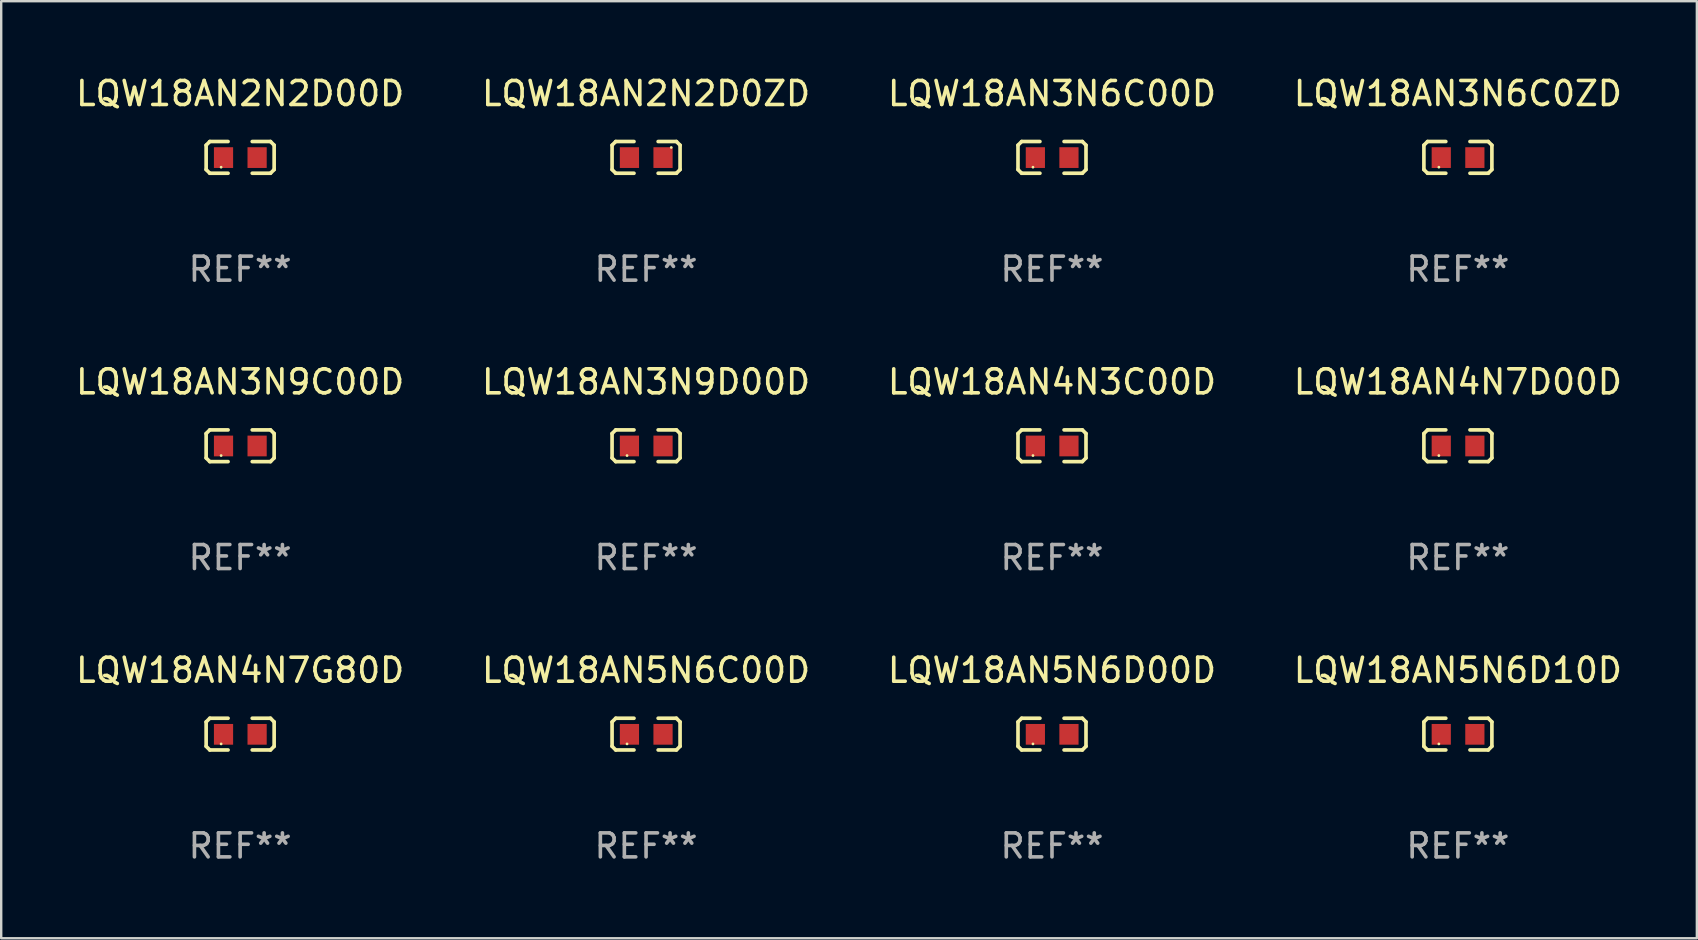
<source format=kicad_pcb>
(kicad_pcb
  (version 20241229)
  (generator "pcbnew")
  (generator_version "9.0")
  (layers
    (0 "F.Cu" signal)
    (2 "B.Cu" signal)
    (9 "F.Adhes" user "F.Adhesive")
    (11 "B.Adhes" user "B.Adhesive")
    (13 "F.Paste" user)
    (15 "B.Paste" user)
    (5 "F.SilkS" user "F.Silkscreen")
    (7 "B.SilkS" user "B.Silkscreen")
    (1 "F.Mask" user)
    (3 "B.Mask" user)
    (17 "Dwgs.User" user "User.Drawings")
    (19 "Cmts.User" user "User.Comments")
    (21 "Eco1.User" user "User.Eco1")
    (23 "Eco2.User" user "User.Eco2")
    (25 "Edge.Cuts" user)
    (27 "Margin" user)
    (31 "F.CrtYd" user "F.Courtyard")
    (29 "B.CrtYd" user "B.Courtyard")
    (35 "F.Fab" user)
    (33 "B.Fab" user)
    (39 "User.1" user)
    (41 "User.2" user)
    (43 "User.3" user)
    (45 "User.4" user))
  (footprint "LQW18AN2N2D0ZD"
    (layer "F.Cu")
    (at 23.875 3.509)
    (property "Reference" "LQW18AN2N2D0ZD" (at 0 -2.661 0) (layer "F.SilkS") (effects (font (size 1 1) (thickness 0.15))))
    (attr through_hole)
    (fp_line (start -1.417 -0.508) (end -1.265 -0.661) (stroke (width 0.152) (type solid)) (layer "F.SilkS"))
    (fp_line (start -1.417 0.508) (end -1.417 -0.508) (stroke (width 0.152) (type solid)) (layer "F.SilkS"))
    (fp_line (start -1.265 -0.661) (end -0.503 -0.661) (stroke (width 0.152) (type solid)) (layer "F.SilkS"))
    (fp_line (start -1.265 0.661) (end -1.417 0.508) (stroke (width 0.152) (type solid)) (layer "F.SilkS"))
    (fp_line (start -1.265 0.661) (end -0.503 0.661) (stroke (width 0.152) (type solid)) (layer "F.SilkS"))
    (fp_line (start 1.265 -0.661) (end 0.503 -0.661) (stroke (width 0.152) (type solid)) (layer "F.SilkS"))
    (fp_line (start 1.265 -0.661) (end 1.417 -0.508) (stroke (width 0.152) (type solid)) (layer "F.SilkS"))
    (fp_line (start 1.265 0.661) (end 0.503 0.661) (stroke (width 0.152) (type solid)) (layer "F.SilkS"))
    (fp_line (start 1.417 -0.508) (end 1.417 0.508) (stroke (width 0.152) (type solid)) (layer "F.SilkS"))
    (fp_line (start 1.417 0.508) (end 1.265 0.661) (stroke (width 0.152) (type solid)) (layer "F.SilkS"))
    (fp_circle (center 1.05 -0.413) (end 1.08 -0.413) (stroke (width 0.06) (type solid)) (fill no) (layer "F.SilkS"))
    (fp_text user "REF**" (at 0 4.661 0) (layer "F.Fab") (effects (font (size 1 1) (thickness 0.15))))
    (pad "1" smd rect (at 0.707 0.009 180) (size 0.8 0.864) (layers "F.Cu" "F.Mask" "F.Paste"))
    (pad "2" smd rect (at -0.693 0.009 180) (size 0.8 0.864) (layers "F.Cu" "F.Mask" "F.Paste")))
  (footprint "LQW18AN2N2D00D"
    (layer "F.Cu")
    (at 6.958 3.509)
    (property "Reference" "LQW18AN2N2D00D" (at 0 -2.661 0) (layer "F.SilkS") (effects (font (size 1 1) (thickness 0.15))))
    (attr through_hole)
    (fp_line (start -1.417 -0.508) (end -1.265 -0.661) (stroke (width 0.152) (type solid)) (layer "F.SilkS"))
    (fp_line (start -1.417 0.508) (end -1.417 -0.508) (stroke (width 0.152) (type solid)) (layer "F.SilkS"))
    (fp_line (start -1.265 -0.661) (end -0.503 -0.661) (stroke (width 0.152) (type solid)) (layer "F.SilkS"))
    (fp_line (start -1.265 0.661) (end -1.417 0.508) (stroke (width 0.152) (type solid)) (layer "F.SilkS"))
    (fp_line (start -1.265 0.661) (end -0.503 0.661) (stroke (width 0.152) (type solid)) (layer "F.SilkS"))
    (fp_line (start 1.265 -0.661) (end 0.503 -0.661) (stroke (width 0.152) (type solid)) (layer "F.SilkS"))
    (fp_line (start 1.265 -0.661) (end 1.417 -0.508) (stroke (width 0.152) (type solid)) (layer "F.SilkS"))
    (fp_line (start 1.265 0.661) (end 0.503 0.661) (stroke (width 0.152) (type solid)) (layer "F.SilkS"))
    (fp_line (start 1.417 -0.508) (end 1.417 0.508) (stroke (width 0.152) (type solid)) (layer "F.SilkS"))
    (fp_line (start 1.417 0.508) (end 1.265 0.661) (stroke (width 0.152) (type solid)) (layer "F.SilkS"))
    (fp_circle (center -0.793 0.409) (end -0.763 0.409) (stroke (width 0.06) (type solid)) (fill no) (layer "F.SilkS"))
    (fp_text user "REF**" (at 0 4.661 0) (layer "F.Fab") (effects (font (size 1 1) (thickness 0.15))))
    (pad "1" smd rect (at -0.693 0.009 180) (size 0.8 0.864) (layers "F.Cu" "F.Mask" "F.Paste"))
    (pad "2" smd rect (at 0.707 0.009 180) (size 0.8 0.864) (layers "F.Cu" "F.Mask" "F.Paste")))
  (footprint "LQW18AN3N6C0ZD"
    (layer "F.Cu")
    (at 57.708 3.509)
    (property "Reference" "LQW18AN3N6C0ZD" (at 0 -2.661 0) (layer "F.SilkS") (effects (font (size 1 1) (thickness 0.15))))
    (attr through_hole)
    (fp_line (start -1.417 -0.508) (end -1.265 -0.661) (stroke (width 0.152) (type solid)) (layer "F.SilkS"))
    (fp_line (start -1.417 0.508) (end -1.417 -0.508) (stroke (width 0.152) (type solid)) (layer "F.SilkS"))
    (fp_line (start -1.265 -0.661) (end -0.503 -0.661) (stroke (width 0.152) (type solid)) (layer "F.SilkS"))
    (fp_line (start -1.265 0.661) (end -1.417 0.508) (stroke (width 0.152) (type solid)) (layer "F.SilkS"))
    (fp_line (start -1.265 0.661) (end -0.503 0.661) (stroke (width 0.152) (type solid)) (layer "F.SilkS"))
    (fp_line (start 1.265 -0.661) (end 0.503 -0.661) (stroke (width 0.152) (type solid)) (layer "F.SilkS"))
    (fp_line (start 1.265 -0.661) (end 1.417 -0.508) (stroke (width 0.152) (type solid)) (layer "F.SilkS"))
    (fp_line (start 1.265 0.661) (end 0.503 0.661) (stroke (width 0.152) (type solid)) (layer "F.SilkS"))
    (fp_line (start 1.417 -0.508) (end 1.417 0.508) (stroke (width 0.152) (type solid)) (layer "F.SilkS"))
    (fp_line (start 1.417 0.508) (end 1.265 0.661) (stroke (width 0.152) (type solid)) (layer "F.SilkS"))
    (fp_circle (center -0.793 0.409) (end -0.763 0.409) (stroke (width 0.06) (type solid)) (fill no) (layer "F.SilkS"))
    (fp_text user "REF**" (at 0 4.661 0) (layer "F.Fab") (effects (font (size 1 1) (thickness 0.15))))
    (pad "1" smd rect (at -0.693 0.009 180) (size 0.8 0.864) (layers "F.Cu" "F.Mask" "F.Paste"))
    (pad "2" smd rect (at 0.707 0.009 180) (size 0.8 0.864) (layers "F.Cu" "F.Mask" "F.Paste")))
  (footprint "LQW18AN3N9C00D"
    (layer "F.Cu")
    (at 6.958 15.527)
    (property "Reference" "LQW18AN3N9C00D" (at 0 -2.661 0) (layer "F.SilkS") (effects (font (size 1 1) (thickness 0.15))))
    (attr through_hole)
    (fp_line (start -1.417 -0.508) (end -1.265 -0.661) (stroke (width 0.152) (type solid)) (layer "F.SilkS"))
    (fp_line (start -1.417 0.508) (end -1.417 -0.508) (stroke (width 0.152) (type solid)) (layer "F.SilkS"))
    (fp_line (start -1.265 -0.661) (end -0.503 -0.661) (stroke (width 0.152) (type solid)) (layer "F.SilkS"))
    (fp_line (start -1.265 0.661) (end -1.417 0.508) (stroke (width 0.152) (type solid)) (layer "F.SilkS"))
    (fp_line (start -1.265 0.661) (end -0.503 0.661) (stroke (width 0.152) (type solid)) (layer "F.SilkS"))
    (fp_line (start 1.265 -0.661) (end 0.503 -0.661) (stroke (width 0.152) (type solid)) (layer "F.SilkS"))
    (fp_line (start 1.265 -0.661) (end 1.417 -0.508) (stroke (width 0.152) (type solid)) (layer "F.SilkS"))
    (fp_line (start 1.265 0.661) (end 0.503 0.661) (stroke (width 0.152) (type solid)) (layer "F.SilkS"))
    (fp_line (start 1.417 -0.508) (end 1.417 0.508) (stroke (width 0.152) (type solid)) (layer "F.SilkS"))
    (fp_line (start 1.417 0.508) (end 1.265 0.661) (stroke (width 0.152) (type solid)) (layer "F.SilkS"))
    (fp_circle (center -0.793 0.409) (end -0.763 0.409) (stroke (width 0.06) (type solid)) (fill no) (layer "F.SilkS"))
    (fp_text user "REF**" (at 0 4.661 0) (layer "F.Fab") (effects (font (size 1 1) (thickness 0.15))))
    (pad "1" smd rect (at -0.693 0.009 180) (size 0.8 0.864) (layers "F.Cu" "F.Mask" "F.Paste"))
    (pad "2" smd rect (at 0.707 0.009 180) (size 0.8 0.864) (layers "F.Cu" "F.Mask" "F.Paste")))
  (footprint "LQW18AN4N3C00D"
    (layer "F.Cu")
    (at 40.792 15.527)
    (property "Reference" "LQW18AN4N3C00D" (at 0 -2.661 0) (layer "F.SilkS") (effects (font (size 1 1) (thickness 0.15))))
    (attr through_hole)
    (fp_line (start -1.417 -0.508) (end -1.265 -0.661) (stroke (width 0.152) (type solid)) (layer "F.SilkS"))
    (fp_line (start -1.417 0.508) (end -1.417 -0.508) (stroke (width 0.152) (type solid)) (layer "F.SilkS"))
    (fp_line (start -1.265 -0.661) (end -0.503 -0.661) (stroke (width 0.152) (type solid)) (layer "F.SilkS"))
    (fp_line (start -1.265 0.661) (end -1.417 0.508) (stroke (width 0.152) (type solid)) (layer "F.SilkS"))
    (fp_line (start -1.265 0.661) (end -0.503 0.661) (stroke (width 0.152) (type solid)) (layer "F.SilkS"))
    (fp_line (start 1.265 -0.661) (end 0.503 -0.661) (stroke (width 0.152) (type solid)) (layer "F.SilkS"))
    (fp_line (start 1.265 -0.661) (end 1.417 -0.508) (stroke (width 0.152) (type solid)) (layer "F.SilkS"))
    (fp_line (start 1.265 0.661) (end 0.503 0.661) (stroke (width 0.152) (type solid)) (layer "F.SilkS"))
    (fp_line (start 1.417 -0.508) (end 1.417 0.508) (stroke (width 0.152) (type solid)) (layer "F.SilkS"))
    (fp_line (start 1.417 0.508) (end 1.265 0.661) (stroke (width 0.152) (type solid)) (layer "F.SilkS"))
    (fp_circle (center -0.793 0.409) (end -0.763 0.409) (stroke (width 0.06) (type solid)) (fill no) (layer "F.SilkS"))
    (fp_text user "REF**" (at 0 4.661 0) (layer "F.Fab") (effects (font (size 1 1) (thickness 0.15))))
    (pad "1" smd rect (at -0.693 0.009 180) (size 0.8 0.864) (layers "F.Cu" "F.Mask" "F.Paste"))
    (pad "2" smd rect (at 0.707 0.009 180) (size 0.8 0.864) (layers "F.Cu" "F.Mask" "F.Paste")))
  (footprint "LQW18AN3N6C00D"
    (layer "F.Cu")
    (at 40.792 3.509)
    (property "Reference" "LQW18AN3N6C00D" (at 0 -2.661 0) (layer "F.SilkS") (effects (font (size 1 1) (thickness 0.15))))
    (attr through_hole)
    (fp_line (start -1.417 -0.508) (end -1.265 -0.661) (stroke (width 0.152) (type solid)) (layer "F.SilkS"))
    (fp_line (start -1.417 0.508) (end -1.417 -0.508) (stroke (width 0.152) (type solid)) (layer "F.SilkS"))
    (fp_line (start -1.265 -0.661) (end -0.503 -0.661) (stroke (width 0.152) (type solid)) (layer "F.SilkS"))
    (fp_line (start -1.265 0.661) (end -1.417 0.508) (stroke (width 0.152) (type solid)) (layer "F.SilkS"))
    (fp_line (start -1.265 0.661) (end -0.503 0.661) (stroke (width 0.152) (type solid)) (layer "F.SilkS"))
    (fp_line (start 1.265 -0.661) (end 0.503 -0.661) (stroke (width 0.152) (type solid)) (layer "F.SilkS"))
    (fp_line (start 1.265 -0.661) (end 1.417 -0.508) (stroke (width 0.152) (type solid)) (layer "F.SilkS"))
    (fp_line (start 1.265 0.661) (end 0.503 0.661) (stroke (width 0.152) (type solid)) (layer "F.SilkS"))
    (fp_line (start 1.417 -0.508) (end 1.417 0.508) (stroke (width 0.152) (type solid)) (layer "F.SilkS"))
    (fp_line (start 1.417 0.508) (end 1.265 0.661) (stroke (width 0.152) (type solid)) (layer "F.SilkS"))
    (fp_circle (center -0.793 0.409) (end -0.763 0.409) (stroke (width 0.06) (type solid)) (fill no) (layer "F.SilkS"))
    (fp_text user "REF**" (at 0 4.661 0) (layer "F.Fab") (effects (font (size 1 1) (thickness 0.15))))
    (pad "1" smd rect (at -0.693 0.009 180) (size 0.8 0.864) (layers "F.Cu" "F.Mask" "F.Paste"))
    (pad "2" smd rect (at 0.707 0.009 180) (size 0.8 0.864) (layers "F.Cu" "F.Mask" "F.Paste")))
  (footprint "LQW18AN5N6D10D"
    (layer "F.Cu")
    (at 57.708 27.544)
    (property "Reference" "LQW18AN5N6D10D" (at 0 -2.661 0) (layer "F.SilkS") (effects (font (size 1 1) (thickness 0.15))))
    (attr through_hole)
    (fp_line (start -1.417 -0.508) (end -1.265 -0.661) (stroke (width 0.152) (type solid)) (layer "F.SilkS"))
    (fp_line (start -1.417 0.508) (end -1.417 -0.508) (stroke (width 0.152) (type solid)) (layer "F.SilkS"))
    (fp_line (start -1.265 -0.661) (end -0.503 -0.661) (stroke (width 0.152) (type solid)) (layer "F.SilkS"))
    (fp_line (start -1.265 0.661) (end -1.417 0.508) (stroke (width 0.152) (type solid)) (layer "F.SilkS"))
    (fp_line (start -1.265 0.661) (end -0.503 0.661) (stroke (width 0.152) (type solid)) (layer "F.SilkS"))
    (fp_line (start 1.265 -0.661) (end 0.503 -0.661) (stroke (width 0.152) (type solid)) (layer "F.SilkS"))
    (fp_line (start 1.265 -0.661) (end 1.417 -0.508) (stroke (width 0.152) (type solid)) (layer "F.SilkS"))
    (fp_line (start 1.265 0.661) (end 0.503 0.661) (stroke (width 0.152) (type solid)) (layer "F.SilkS"))
    (fp_line (start 1.417 -0.508) (end 1.417 0.508) (stroke (width 0.152) (type solid)) (layer "F.SilkS"))
    (fp_line (start 1.417 0.508) (end 1.265 0.661) (stroke (width 0.152) (type solid)) (layer "F.SilkS"))
    (fp_circle (center -0.793 0.409) (end -0.763 0.409) (stroke (width 0.06) (type solid)) (fill no) (layer "F.SilkS"))
    (fp_text user "REF**" (at 0 4.661 0) (layer "F.Fab") (effects (font (size 1 1) (thickness 0.15))))
    (pad "1" smd rect (at -0.693 0.009 180) (size 0.8 0.864) (layers "F.Cu" "F.Mask" "F.Paste"))
    (pad "2" smd rect (at 0.707 0.009 180) (size 0.8 0.864) (layers "F.Cu" "F.Mask" "F.Paste")))
  (footprint "LQW18AN3N9D00D"
    (layer "F.Cu")
    (at 23.875 15.527)
    (property "Reference" "LQW18AN3N9D00D" (at 0 -2.661 0) (layer "F.SilkS") (effects (font (size 1 1) (thickness 0.15))))
    (attr through_hole)
    (fp_line (start -1.417 -0.508) (end -1.265 -0.661) (stroke (width 0.152) (type solid)) (layer "F.SilkS"))
    (fp_line (start -1.417 0.508) (end -1.417 -0.508) (stroke (width 0.152) (type solid)) (layer "F.SilkS"))
    (fp_line (start -1.265 -0.661) (end -0.503 -0.661) (stroke (width 0.152) (type solid)) (layer "F.SilkS"))
    (fp_line (start -1.265 0.661) (end -1.417 0.508) (stroke (width 0.152) (type solid)) (layer "F.SilkS"))
    (fp_line (start -1.265 0.661) (end -0.503 0.661) (stroke (width 0.152) (type solid)) (layer "F.SilkS"))
    (fp_line (start 1.265 -0.661) (end 0.503 -0.661) (stroke (width 0.152) (type solid)) (layer "F.SilkS"))
    (fp_line (start 1.265 -0.661) (end 1.417 -0.508) (stroke (width 0.152) (type solid)) (layer "F.SilkS"))
    (fp_line (start 1.265 0.661) (end 0.503 0.661) (stroke (width 0.152) (type solid)) (layer "F.SilkS"))
    (fp_line (start 1.417 -0.508) (end 1.417 0.508) (stroke (width 0.152) (type solid)) (layer "F.SilkS"))
    (fp_line (start 1.417 0.508) (end 1.265 0.661) (stroke (width 0.152) (type solid)) (layer "F.SilkS"))
    (fp_circle (center -0.793 0.409) (end -0.763 0.409) (stroke (width 0.06) (type solid)) (fill no) (layer "F.SilkS"))
    (fp_text user "REF**" (at 0 4.661 0) (layer "F.Fab") (effects (font (size 1 1) (thickness 0.15))))
    (pad "1" smd rect (at -0.693 0.009 180) (size 0.8 0.864) (layers "F.Cu" "F.Mask" "F.Paste"))
    (pad "2" smd rect (at 0.707 0.009 180) (size 0.8 0.864) (layers "F.Cu" "F.Mask" "F.Paste")))
  (footprint "LQW18AN4N7G80D"
    (layer "F.Cu")
    (at 6.958 27.544)
    (property "Reference" "LQW18AN4N7G80D" (at 0 -2.661 0) (layer "F.SilkS") (effects (font (size 1 1) (thickness 0.15))))
    (attr through_hole)
    (fp_line (start -1.417 -0.508) (end -1.265 -0.661) (stroke (width 0.152) (type solid)) (layer "F.SilkS"))
    (fp_line (start -1.417 0.508) (end -1.417 -0.508) (stroke (width 0.152) (type solid)) (layer "F.SilkS"))
    (fp_line (start -1.265 -0.661) (end -0.503 -0.661) (stroke (width 0.152) (type solid)) (layer "F.SilkS"))
    (fp_line (start -1.265 0.661) (end -1.417 0.508) (stroke (width 0.152) (type solid)) (layer "F.SilkS"))
    (fp_line (start -1.265 0.661) (end -0.503 0.661) (stroke (width 0.152) (type solid)) (layer "F.SilkS"))
    (fp_line (start 1.265 -0.661) (end 0.503 -0.661) (stroke (width 0.152) (type solid)) (layer "F.SilkS"))
    (fp_line (start 1.265 -0.661) (end 1.417 -0.508) (stroke (width 0.152) (type solid)) (layer "F.SilkS"))
    (fp_line (start 1.265 0.661) (end 0.503 0.661) (stroke (width 0.152) (type solid)) (layer "F.SilkS"))
    (fp_line (start 1.417 -0.508) (end 1.417 0.508) (stroke (width 0.152) (type solid)) (layer "F.SilkS"))
    (fp_line (start 1.417 0.508) (end 1.265 0.661) (stroke (width 0.152) (type solid)) (layer "F.SilkS"))
    (fp_circle (center -0.793 0.409) (end -0.763 0.409) (stroke (width 0.06) (type solid)) (fill no) (layer "F.SilkS"))
    (fp_text user "REF**" (at 0 4.661 0) (layer "F.Fab") (effects (font (size 1 1) (thickness 0.15))))
    (pad "1" smd rect (at -0.693 0.009 180) (size 0.8 0.864) (layers "F.Cu" "F.Mask" "F.Paste"))
    (pad "2" smd rect (at 0.707 0.009 180) (size 0.8 0.864) (layers "F.Cu" "F.Mask" "F.Paste")))
  (footprint "LQW18AN5N6D00D"
    (layer "F.Cu")
    (at 40.792 27.544)
    (property "Reference" "LQW18AN5N6D00D" (at 0 -2.661 0) (layer "F.SilkS") (effects (font (size 1 1) (thickness 0.15))))
    (attr through_hole)
    (fp_line (start -1.417 -0.508) (end -1.265 -0.661) (stroke (width 0.152) (type solid)) (layer "F.SilkS"))
    (fp_line (start -1.417 0.508) (end -1.417 -0.508) (stroke (width 0.152) (type solid)) (layer "F.SilkS"))
    (fp_line (start -1.265 -0.661) (end -0.503 -0.661) (stroke (width 0.152) (type solid)) (layer "F.SilkS"))
    (fp_line (start -1.265 0.661) (end -1.417 0.508) (stroke (width 0.152) (type solid)) (layer "F.SilkS"))
    (fp_line (start -1.265 0.661) (end -0.503 0.661) (stroke (width 0.152) (type solid)) (layer "F.SilkS"))
    (fp_line (start 1.265 -0.661) (end 0.503 -0.661) (stroke (width 0.152) (type solid)) (layer "F.SilkS"))
    (fp_line (start 1.265 -0.661) (end 1.417 -0.508) (stroke (width 0.152) (type solid)) (layer "F.SilkS"))
    (fp_line (start 1.265 0.661) (end 0.503 0.661) (stroke (width 0.152) (type solid)) (layer "F.SilkS"))
    (fp_line (start 1.417 -0.508) (end 1.417 0.508) (stroke (width 0.152) (type solid)) (layer "F.SilkS"))
    (fp_line (start 1.417 0.508) (end 1.265 0.661) (stroke (width 0.152) (type solid)) (layer "F.SilkS"))
    (fp_circle (center -0.793 0.409) (end -0.763 0.409) (stroke (width 0.06) (type solid)) (fill no) (layer "F.SilkS"))
    (fp_text user "REF**" (at 0 4.661 0) (layer "F.Fab") (effects (font (size 1 1) (thickness 0.15))))
    (pad "1" smd rect (at -0.693 0.009 180) (size 0.8 0.864) (layers "F.Cu" "F.Mask" "F.Paste"))
    (pad "2" smd rect (at 0.707 0.009 180) (size 0.8 0.864) (layers "F.Cu" "F.Mask" "F.Paste")))
  (footprint "LQW18AN4N7D00D"
    (layer "F.Cu")
    (at 57.708 15.527)
    (property "Reference" "LQW18AN4N7D00D" (at 0 -2.661 0) (layer "F.SilkS") (effects (font (size 1 1) (thickness 0.15))))
    (attr through_hole)
    (fp_line (start -1.417 -0.508) (end -1.265 -0.661) (stroke (width 0.152) (type solid)) (layer "F.SilkS"))
    (fp_line (start -1.417 0.508) (end -1.417 -0.508) (stroke (width 0.152) (type solid)) (layer "F.SilkS"))
    (fp_line (start -1.265 -0.661) (end -0.503 -0.661) (stroke (width 0.152) (type solid)) (layer "F.SilkS"))
    (fp_line (start -1.265 0.661) (end -1.417 0.508) (stroke (width 0.152) (type solid)) (layer "F.SilkS"))
    (fp_line (start -1.265 0.661) (end -0.503 0.661) (stroke (width 0.152) (type solid)) (layer "F.SilkS"))
    (fp_line (start 1.265 -0.661) (end 0.503 -0.661) (stroke (width 0.152) (type solid)) (layer "F.SilkS"))
    (fp_line (start 1.265 -0.661) (end 1.417 -0.508) (stroke (width 0.152) (type solid)) (layer "F.SilkS"))
    (fp_line (start 1.265 0.661) (end 0.503 0.661) (stroke (width 0.152) (type solid)) (layer "F.SilkS"))
    (fp_line (start 1.417 -0.508) (end 1.417 0.508) (stroke (width 0.152) (type solid)) (layer "F.SilkS"))
    (fp_line (start 1.417 0.508) (end 1.265 0.661) (stroke (width 0.152) (type solid)) (layer "F.SilkS"))
    (fp_circle (center -0.793 0.409) (end -0.763 0.409) (stroke (width 0.06) (type solid)) (fill no) (layer "F.SilkS"))
    (fp_text user "REF**" (at 0 4.661 0) (layer "F.Fab") (effects (font (size 1 1) (thickness 0.15))))
    (pad "1" smd rect (at -0.693 0.009 180) (size 0.8 0.864) (layers "F.Cu" "F.Mask" "F.Paste"))
    (pad "2" smd rect (at 0.707 0.009 180) (size 0.8 0.864) (layers "F.Cu" "F.Mask" "F.Paste")))
  (footprint "LQW18AN5N6C00D"
    (layer "F.Cu")
    (at 23.875 27.544)
    (property "Reference" "LQW18AN5N6C00D" (at 0 -2.661 0) (layer "F.SilkS") (effects (font (size 1 1) (thickness 0.15))))
    (attr through_hole)
    (fp_line (start -1.417 -0.508) (end -1.265 -0.661) (stroke (width 0.152) (type solid)) (layer "F.SilkS"))
    (fp_line (start -1.417 0.508) (end -1.417 -0.508) (stroke (width 0.152) (type solid)) (layer "F.SilkS"))
    (fp_line (start -1.265 -0.661) (end -0.503 -0.661) (stroke (width 0.152) (type solid)) (layer "F.SilkS"))
    (fp_line (start -1.265 0.661) (end -1.417 0.508) (stroke (width 0.152) (type solid)) (layer "F.SilkS"))
    (fp_line (start -1.265 0.661) (end -0.503 0.661) (stroke (width 0.152) (type solid)) (layer "F.SilkS"))
    (fp_line (start 1.265 -0.661) (end 0.503 -0.661) (stroke (width 0.152) (type solid)) (layer "F.SilkS"))
    (fp_line (start 1.265 -0.661) (end 1.417 -0.508) (stroke (width 0.152) (type solid)) (layer "F.SilkS"))
    (fp_line (start 1.265 0.661) (end 0.503 0.661) (stroke (width 0.152) (type solid)) (layer "F.SilkS"))
    (fp_line (start 1.417 -0.508) (end 1.417 0.508) (stroke (width 0.152) (type solid)) (layer "F.SilkS"))
    (fp_line (start 1.417 0.508) (end 1.265 0.661) (stroke (width 0.152) (type solid)) (layer "F.SilkS"))
    (fp_circle (center -0.793 0.409) (end -0.763 0.409) (stroke (width 0.06) (type solid)) (fill no) (layer "F.SilkS"))
    (fp_text user "REF**" (at 0 4.661 0) (layer "F.Fab") (effects (font (size 1 1) (thickness 0.15))))
    (pad "1" smd rect (at -0.693 0.009 180) (size 0.8 0.864) (layers "F.Cu" "F.Mask" "F.Paste"))
    (pad "2" smd rect (at 0.707 0.009 180) (size 0.8 0.864) (layers "F.Cu" "F.Mask" "F.Paste")))
  (gr_rect
    (start -3 -3)
    (end 67.667 36.053)
    (stroke (width 0.1) (type default))
    (fill no)
    (layer "Edge.Cuts")))
</source>
